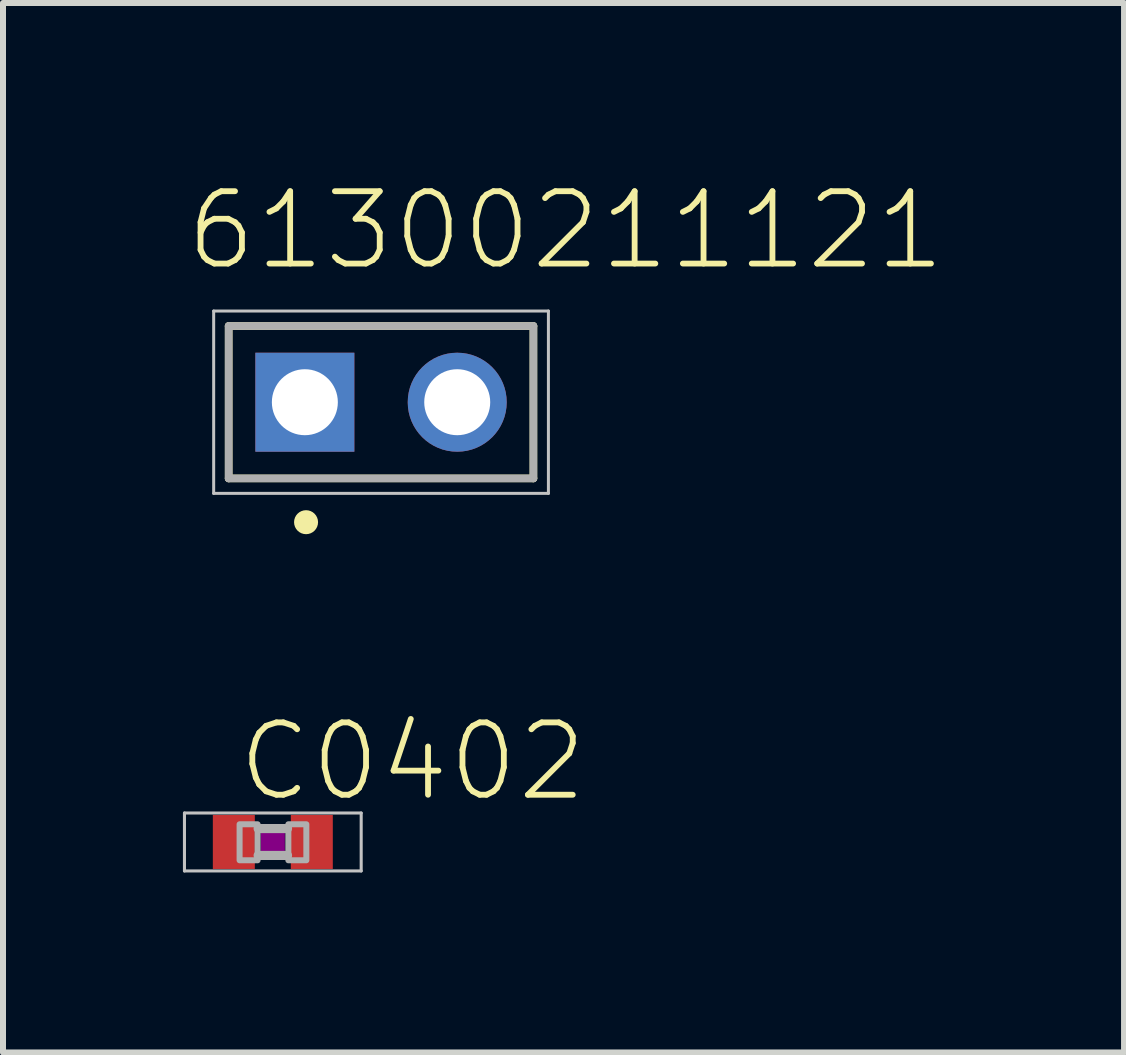
<source format=kicad_pcb>
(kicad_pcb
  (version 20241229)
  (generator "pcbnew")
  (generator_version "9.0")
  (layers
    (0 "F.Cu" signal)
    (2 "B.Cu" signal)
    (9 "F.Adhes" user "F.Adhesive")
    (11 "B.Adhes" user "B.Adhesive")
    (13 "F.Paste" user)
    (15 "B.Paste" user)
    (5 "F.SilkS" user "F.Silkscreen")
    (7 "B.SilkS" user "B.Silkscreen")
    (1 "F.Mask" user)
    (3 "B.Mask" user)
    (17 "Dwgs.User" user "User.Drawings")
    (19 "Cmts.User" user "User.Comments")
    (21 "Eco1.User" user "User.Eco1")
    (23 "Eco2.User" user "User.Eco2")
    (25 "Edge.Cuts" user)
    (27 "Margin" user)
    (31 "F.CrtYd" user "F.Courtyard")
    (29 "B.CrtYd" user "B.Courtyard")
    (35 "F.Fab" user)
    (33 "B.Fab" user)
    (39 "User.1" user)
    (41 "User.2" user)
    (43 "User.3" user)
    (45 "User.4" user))
  (footprint "C0402"
    (layer "F.Cu")
    (at 1.498 10.986)
    (property "Reference" "C0402" (at -0.635 -0.635 180) (layer "F.SilkS") (effects (font (size 1.206 1.206) (thickness 0.097)) (justify left bottom)))
    (attr through_hole)
    (fp_poly (pts (xy -0.2 0.3) (xy 0.2 0.3) (xy 0.2 -0.3) (xy -0.2 -0.3)) (stroke (width 0) (type solid)) (fill yes) (layer "F.Adhes"))
    (fp_line (start -1.473 -0.483) (end 1.473 -0.483) (stroke (width 0.051) (type solid)) (layer "Dwgs.User"))
    (fp_line (start -1.473 0.483) (end -1.473 -0.483) (stroke (width 0.051) (type solid)) (layer "Dwgs.User"))
    (fp_line (start 1.473 -0.483) (end 1.473 0.483) (stroke (width 0.051) (type solid)) (layer "Dwgs.User"))
    (fp_line (start 1.473 0.483) (end -1.473 0.483) (stroke (width 0.051) (type solid)) (layer "Dwgs.User"))
    (fp_line (start -0.245 -0.224) (end 0.245 -0.224) (stroke (width 0.152) (type solid)) (layer "F.Fab"))
    (fp_line (start 0.245 0.224) (end -0.245 0.224) (stroke (width 0.152) (type solid)) (layer "F.Fab"))
    (fp_poly (pts (xy -0.554 0.305) (xy -0.254 0.305) (xy -0.254 -0.295) (xy -0.554 -0.295)) (stroke (width 0.1) (type solid)) (fill no) (layer "F.Fab"))
    (fp_poly (pts (xy 0.259 0.305) (xy 0.559 0.305) (xy 0.559 -0.295) (xy 0.259 -0.295)) (stroke (width 0.1) (type solid)) (fill no) (layer "F.Fab"))
    (pad "1" smd rect (at -0.65 0) (size 0.7 0.9) (layers "F.Cu" "F.Mask" "F.Paste"))
    (pad "2" smd rect (at 0.65 0) (size 0.7 0.9) (layers "F.Cu" "F.Mask" "F.Paste")))
  (footprint "61300211121"
    (layer "F.Cu")
    (at 3.302 3.655)
    (property "Reference" "61300211121" (at -3.302 -2.159 0) (layer "F.SilkS") (effects (font (size 1.206 1.206) (thickness 0.097)) (justify left bottom)))
    (attr through_hole)
    (fp_line (start -2.54 -1.27) (end 2.54 -1.27) (stroke (width 0.127) (type solid)) (layer "F.SilkS"))
    (fp_line (start -2.54 1.27) (end -2.54 -1.27) (stroke (width 0.127) (type solid)) (layer "F.SilkS"))
    (fp_line (start 2.54 -1.27) (end 2.54 1.27) (stroke (width 0.127) (type solid)) (layer "F.SilkS"))
    (fp_line (start 2.54 1.27) (end -2.54 1.27) (stroke (width 0.127) (type solid)) (layer "F.SilkS"))
    (fp_circle (center -1.25 2) (end -1.15 2) (stroke (width 0.2) (type solid)) (fill no) (layer "F.SilkS"))
    (fp_line (start -2.79 -1.52) (end 2.79 -1.52) (stroke (width 0.05) (type solid)) (layer "Dwgs.User"))
    (fp_line (start -2.79 1.52) (end -2.79 -1.52) (stroke (width 0.05) (type solid)) (layer "Dwgs.User"))
    (fp_line (start 2.79 -1.52) (end 2.79 1.52) (stroke (width 0.05) (type solid)) (layer "Dwgs.User"))
    (fp_line (start 2.79 1.52) (end -2.79 1.52) (stroke (width 0.05) (type solid)) (layer "Dwgs.User"))
    (fp_line (start -2.54 -1.27) (end 2.54 -1.27) (stroke (width 0.127) (type solid)) (layer "F.Fab"))
    (fp_line (start -2.54 1.27) (end -2.54 -1.27) (stroke (width 0.127) (type solid)) (layer "F.Fab"))
    (fp_line (start 2.54 -1.27) (end 2.54 1.27) (stroke (width 0.127) (type solid)) (layer "F.Fab"))
    (fp_line (start 2.54 1.27) (end -2.54 1.27) (stroke (width 0.127) (type solid)) (layer "F.Fab"))
    (pad "1" thru_hole rect (at -1.27 0) (size 1.65 1.65) (drill 1.1) (layers "*.Cu" "*.Mask"))
    (pad "2" thru_hole circle (at 1.27 0) (size 1.65 1.65) (drill 1.1) (layers "*.Cu" "*.Mask")))
  (gr_rect
    (start -3 -3)
    (end 15.688 14.495)
    (stroke (width 0.1) (type default))
    (fill no)
    (layer "Edge.Cuts")))
</source>
